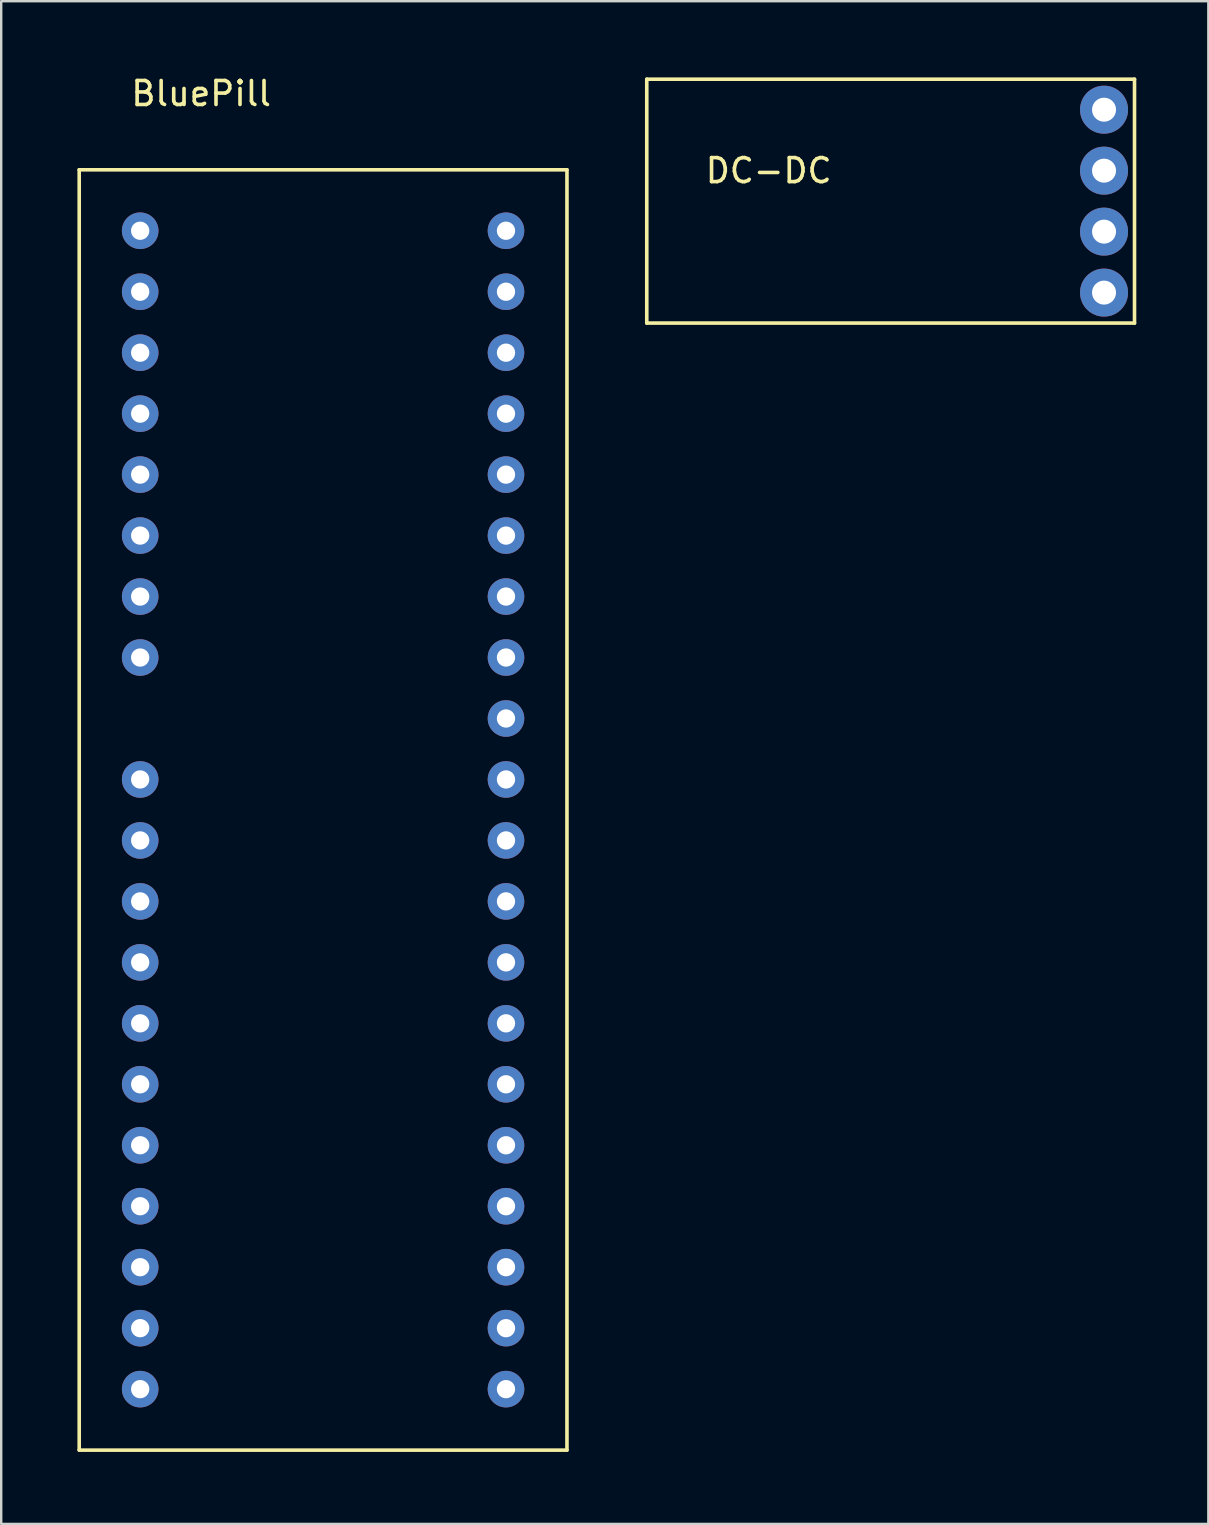
<source format=kicad_pcb>
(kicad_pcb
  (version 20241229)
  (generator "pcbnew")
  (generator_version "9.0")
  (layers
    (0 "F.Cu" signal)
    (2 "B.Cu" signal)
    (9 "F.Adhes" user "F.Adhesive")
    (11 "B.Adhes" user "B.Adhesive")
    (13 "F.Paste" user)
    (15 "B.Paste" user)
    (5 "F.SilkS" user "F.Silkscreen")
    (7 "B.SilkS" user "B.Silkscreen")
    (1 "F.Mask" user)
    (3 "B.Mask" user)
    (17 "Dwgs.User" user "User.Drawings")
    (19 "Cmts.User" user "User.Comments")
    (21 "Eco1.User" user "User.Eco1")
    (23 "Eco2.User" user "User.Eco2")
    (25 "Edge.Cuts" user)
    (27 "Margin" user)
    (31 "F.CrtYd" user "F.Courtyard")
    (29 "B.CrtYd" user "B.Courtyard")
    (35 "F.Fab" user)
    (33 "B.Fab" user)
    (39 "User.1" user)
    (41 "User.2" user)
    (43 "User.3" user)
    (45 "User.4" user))
  (footprint "BluePill"
    (layer "F.Cu")
    (at 0.25 4.023)
    (property "Reference" "BluePill" (at 5.08 -3.175 0) (layer "F.SilkS") (effects (font (size 1 1) (thickness 0.15))))
    (attr through_hole)
    (fp_line (start 0 0) (end 20.32 0) (stroke (width 0.15) (type solid)) (layer "F.SilkS"))
    (fp_line (start 0 53.34) (end 0 0) (stroke (width 0.15) (type solid)) (layer "F.SilkS"))
    (fp_line (start 20.32 0) (end 20.32 53.34) (stroke (width 0.15) (type solid)) (layer "F.SilkS"))
    (fp_line (start 20.32 53.34) (end 0 53.34) (stroke (width 0.15) (type solid)) (layer "F.SilkS"))
    (pad "1" thru_hole circle (at 2.54 2.54) (size 1.524 1.524) (drill 0.762) (layers "*.Cu" "*.Mask"))
    (pad "2" thru_hole circle (at 2.54 5.08) (size 1.524 1.524) (drill 0.762) (layers "*.Cu" "*.Mask"))
    (pad "3" thru_hole circle (at 2.54 7.62) (size 1.524 1.524) (drill 0.762) (layers "*.Cu" "*.Mask"))
    (pad "4" thru_hole circle (at 2.54 10.16) (size 1.524 1.524) (drill 0.762) (layers "*.Cu" "*.Mask"))
    (pad "5" thru_hole circle (at 2.54 12.7) (size 1.524 1.524) (drill 0.762) (layers "*.Cu" "*.Mask"))
    (pad "6" thru_hole circle (at 2.54 15.24) (size 1.524 1.524) (drill 0.762) (layers "*.Cu" "*.Mask"))
    (pad "7" thru_hole circle (at 2.54 17.78) (size 1.524 1.524) (drill 0.762) (layers "*.Cu" "*.Mask"))
    (pad "8" thru_hole circle (at 2.54 20.32) (size 1.524 1.524) (drill 0.762) (layers "*.Cu" "*.Mask"))
    (pad "10" thru_hole circle (at 2.54 25.4) (size 1.524 1.524) (drill 0.762) (layers "*.Cu" "*.Mask"))
    (pad "11" thru_hole circle (at 2.54 27.94) (size 1.524 1.524) (drill 0.762) (layers "*.Cu" "*.Mask"))
    (pad "12" thru_hole circle (at 2.54 30.48) (size 1.524 1.524) (drill 0.762) (layers "*.Cu" "*.Mask"))
    (pad "13" thru_hole circle (at 2.54 33.02) (size 1.524 1.524) (drill 0.762) (layers "*.Cu" "*.Mask"))
    (pad "14" thru_hole circle (at 2.54 35.56) (size 1.524 1.524) (drill 0.762) (layers "*.Cu" "*.Mask"))
    (pad "15" thru_hole circle (at 2.54 38.1) (size 1.524 1.524) (drill 0.762) (layers "*.Cu" "*.Mask"))
    (pad "16" thru_hole circle (at 2.54 40.64) (size 1.524 1.524) (drill 0.762) (layers "*.Cu" "*.Mask"))
    (pad "17" thru_hole circle (at 2.54 43.18) (size 1.524 1.524) (drill 0.762) (layers "*.Cu" "*.Mask"))
    (pad "18" thru_hole circle (at 2.54 45.72) (size 1.524 1.524) (drill 0.762) (layers "*.Cu" "*.Mask"))
    (pad "19" thru_hole circle (at 2.54 48.26) (size 1.524 1.524) (drill 0.762) (layers "*.Cu" "*.Mask"))
    (pad "20" thru_hole circle (at 2.54 50.8) (size 1.524 1.524) (drill 0.762) (layers "*.Cu" "*.Mask"))
    (pad "21" thru_hole circle (at 17.78 50.8) (size 1.524 1.524) (drill 0.762) (layers "*.Cu" "*.Mask"))
    (pad "22" thru_hole circle (at 17.78 48.26) (size 1.524 1.524) (drill 0.762) (layers "*.Cu" "*.Mask"))
    (pad "23" thru_hole circle (at 17.78 45.72) (size 1.524 1.524) (drill 0.762) (layers "*.Cu" "*.Mask"))
    (pad "24" thru_hole circle (at 17.78 43.18) (size 1.524 1.524) (drill 0.762) (layers "*.Cu" "*.Mask"))
    (pad "25" thru_hole circle (at 17.78 40.64) (size 1.524 1.524) (drill 0.762) (layers "*.Cu" "*.Mask"))
    (pad "26" thru_hole circle (at 17.78 38.1) (size 1.524 1.524) (drill 0.762) (layers "*.Cu" "*.Mask"))
    (pad "27" thru_hole circle (at 17.78 35.56) (size 1.524 1.524) (drill 0.762) (layers "*.Cu" "*.Mask"))
    (pad "28" thru_hole circle (at 17.78 33.02) (size 1.524 1.524) (drill 0.762) (layers "*.Cu" "*.Mask"))
    (pad "29" thru_hole circle (at 17.78 30.48) (size 1.524 1.524) (drill 0.762) (layers "*.Cu" "*.Mask"))
    (pad "30" thru_hole circle (at 17.78 27.94) (size 1.524 1.524) (drill 0.762) (layers "*.Cu" "*.Mask"))
    (pad "31" thru_hole circle (at 17.78 25.4) (size 1.524 1.524) (drill 0.762) (layers "*.Cu" "*.Mask"))
    (pad "32" thru_hole circle (at 17.78 22.86) (size 1.524 1.524) (drill 0.762) (layers "*.Cu" "*.Mask"))
    (pad "33" thru_hole circle (at 17.78 20.32) (size 1.524 1.524) (drill 0.762) (layers "*.Cu" "*.Mask"))
    (pad "34" thru_hole circle (at 17.78 17.78) (size 1.524 1.524) (drill 0.762) (layers "*.Cu" "*.Mask"))
    (pad "35" thru_hole circle (at 17.78 15.24) (size 1.524 1.524) (drill 0.762) (layers "*.Cu" "*.Mask"))
    (pad "36" thru_hole circle (at 17.78 12.7) (size 1.524 1.524) (drill 0.762) (layers "*.Cu" "*.Mask"))
    (pad "37" thru_hole circle (at 17.78 10.16) (size 1.524 1.524) (drill 0.762) (layers "*.Cu" "*.Mask"))
    (pad "38" thru_hole circle (at 17.78 7.62) (size 1.524 1.524) (drill 0.762) (layers "*.Cu" "*.Mask"))
    (pad "39" thru_hole circle (at 17.78 5.08) (size 1.524 1.524) (drill 0.762) (layers "*.Cu" "*.Mask"))
    (pad "40" thru_hole circle (at 17.78 2.54) (size 1.524 1.524) (drill 0.762) (layers "*.Cu" "*.Mask")))
  (footprint "DC-DC"
    (layer "F.Cu")
    (at 23.895 0.25)
    (property "Reference" "DC-DC" (at 5.08 3.81 0) (layer "F.SilkS") (effects (font (size 1 1) (thickness 0.15))))
    (attr through_hole)
    (fp_line (start 0 0) (end 20.32 0) (stroke (width 0.15) (type solid)) (layer "F.SilkS"))
    (fp_line (start 0 10.16) (end 0 0) (stroke (width 0.15) (type solid)) (layer "F.SilkS"))
    (fp_line (start 20.32 0) (end 20.32 10.16) (stroke (width 0.15) (type solid)) (layer "F.SilkS"))
    (fp_line (start 20.32 10.16) (end 0 10.16) (stroke (width 0.15) (type solid)) (layer "F.SilkS"))
    (pad "1" thru_hole circle (at 19.05 8.89) (size 2 2) (drill 1) (layers "*.Cu" "*.Mask"))
    (pad "2" thru_hole circle (at 19.05 6.35) (size 2 2) (drill 1) (layers "*.Cu" "*.Mask"))
    (pad "3" thru_hole circle (at 19.05 3.81) (size 2 2) (drill 1) (layers "*.Cu" "*.Mask"))
    (pad "4" thru_hole circle (at 19.05 1.27) (size 2 2) (drill 1) (layers "*.Cu" "*.Mask")))
  (gr_rect
    (start -3 -3)
    (end 47.29 60.438)
    (stroke (width 0.1) (type default))
    (fill no)
    (layer "Edge.Cuts")))
</source>
